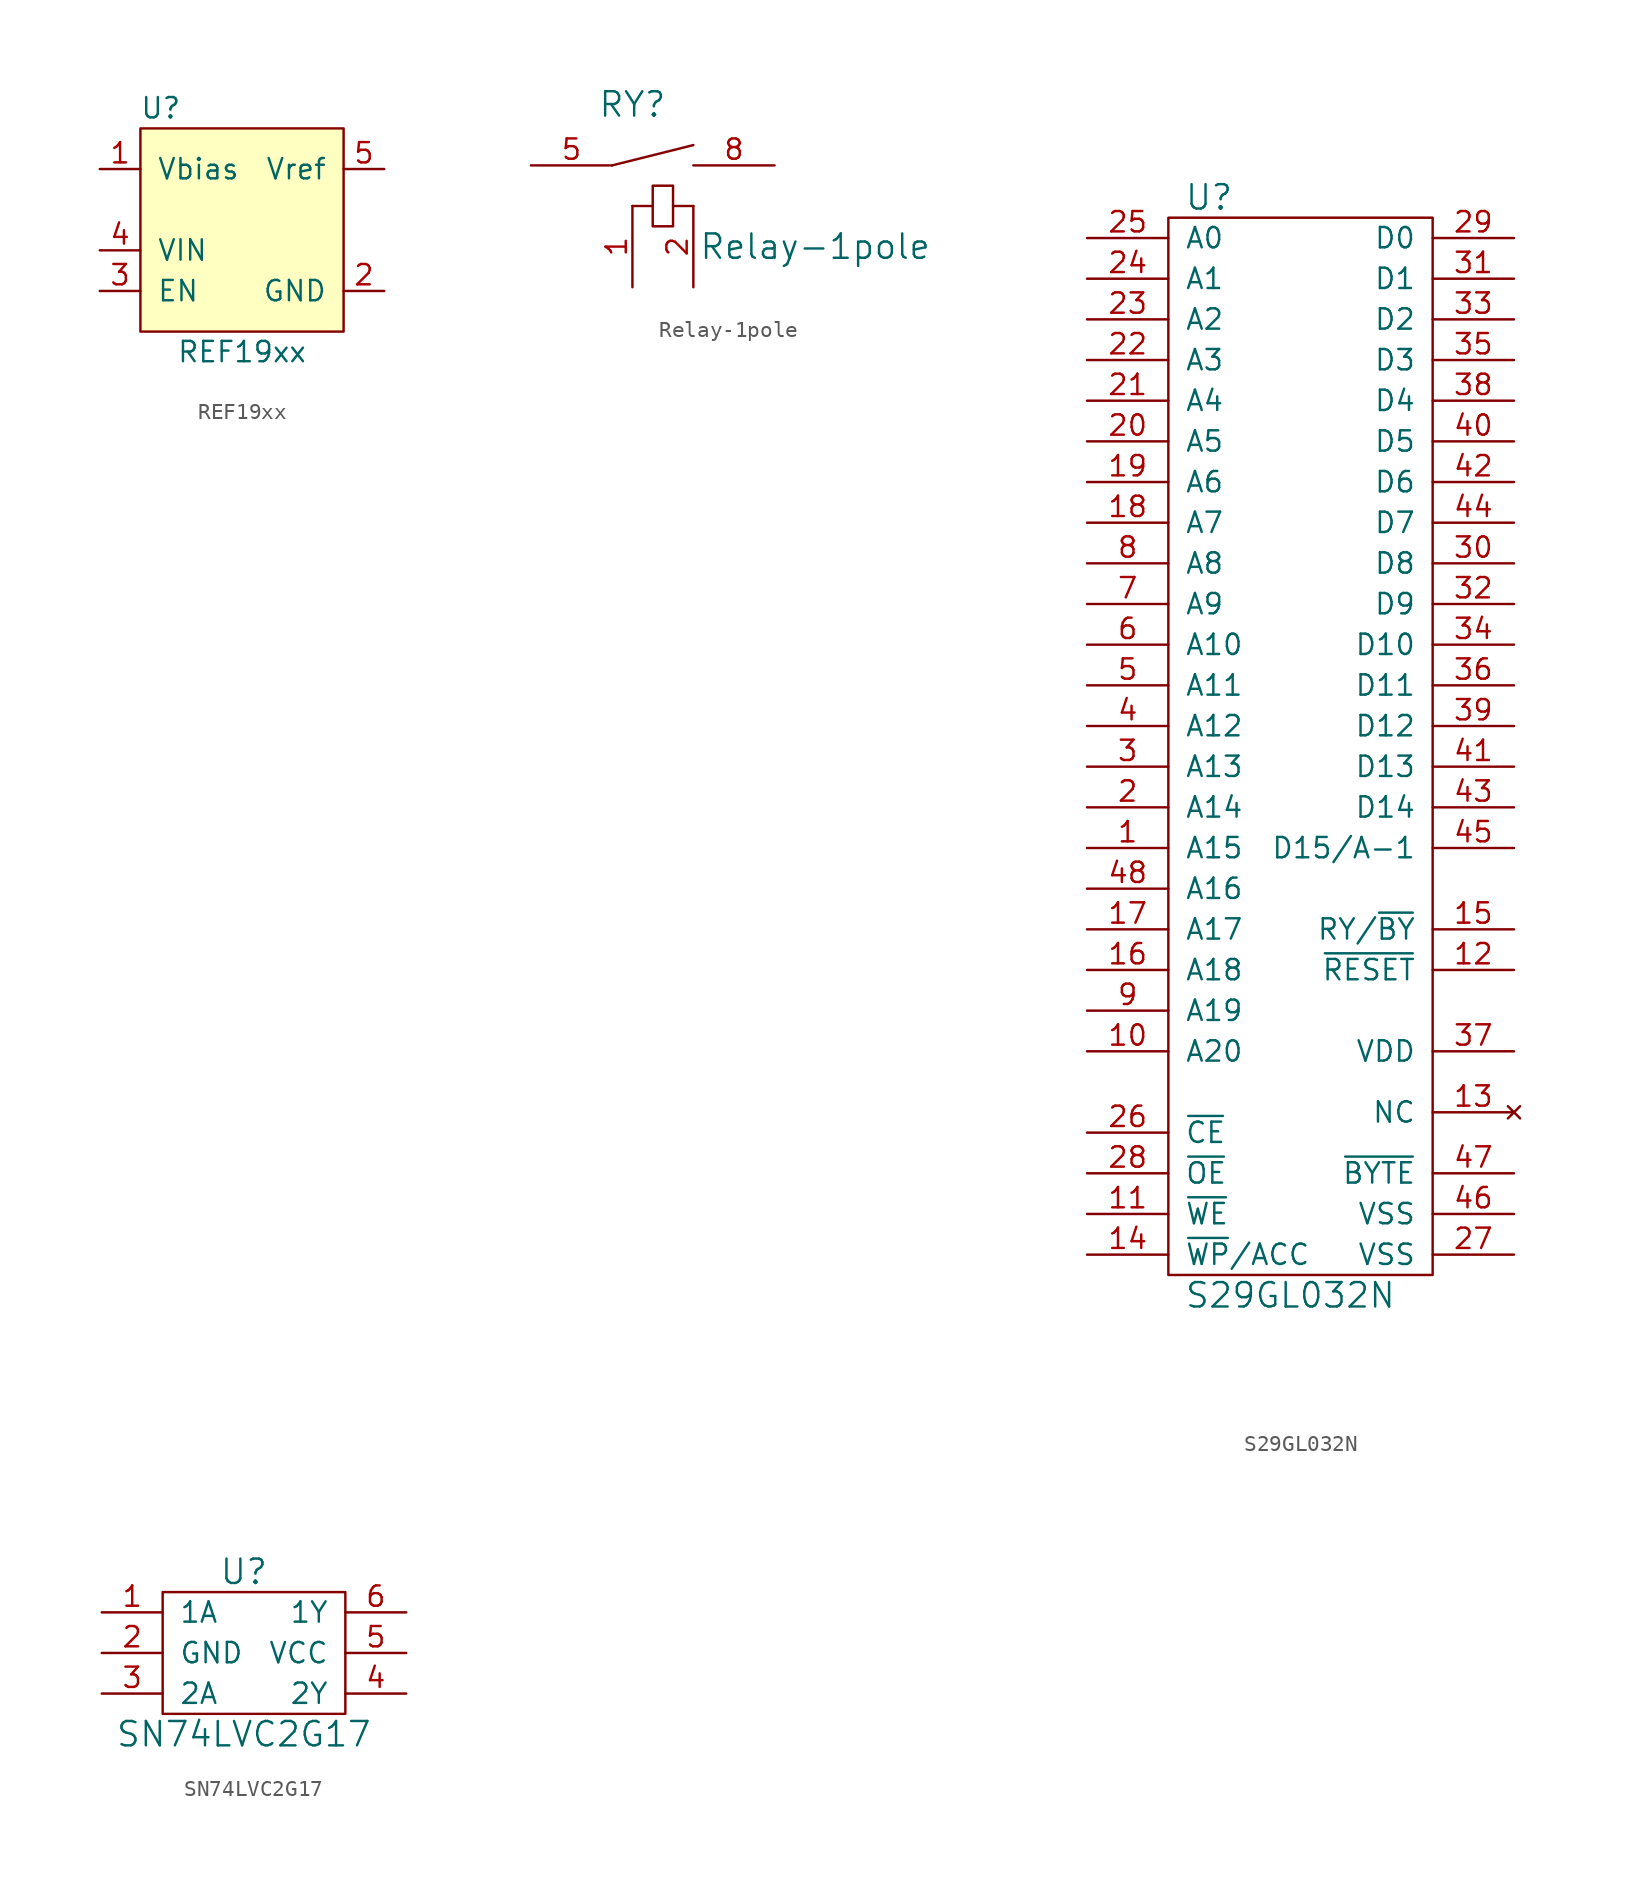
<source format=kicad_sym>
(kicad_symbol_lib
  (version 20211014)
  (generator kicad_symbol_editor)
  (symbol "REF19xx"
    (pin_names
      (offset 1.016))
    (property "Reference" "U"
      (at 1.27 1.27 0)
      (effects (font (size 1.27 1.27))))
    (property "Value" "REF19xx"
      (at 6.35 -13.97 0)
      (effects (font (size 1.27 1.27))))
    (symbol "REF19xx_0_1"
      (rectangle (start 0 0) (end 12.7 -12.7) (stroke (width 0) (type default) (color 0 0 0 0)) (fill (type background))))
    (symbol "REF19xx_1_1"
      (pin power_out line (at -2.54 -2.54 0) (length 2.54) (name "Vbias" (effects (font (size 1.27 1.27)))) (number "1" (effects (font (size 1.27 1.27)))))
      (pin power_out line (at 15.24 -10.16 180) (length 2.54) (name "GND" (effects (font (size 1.27 1.27)))) (number "2" (effects (font (size 1.27 1.27)))))
      (pin input line (at -2.54 -10.16 0) (length 2.54) (name "EN" (effects (font (size 1.27 1.27)))) (number "3" (effects (font (size 1.27 1.27)))))
      (pin power_in line (at -2.54 -7.62 0) (length 2.54) (name "VIN" (effects (font (size 1.27 1.27)))) (number "4" (effects (font (size 1.27 1.27)))))
      (pin power_out line (at 15.24 -2.54 180) (length 2.54) (name "Vref" (effects (font (size 1.27 1.27)))) (number "5" (effects (font (size 1.27 1.27)))))))
  (symbol "Relay-1pole"
    (pin_names
      (offset 1.016))
    (property "Reference" "RY"
      (at -1.27 6.35 0)
      (effects (font (size 1.524 1.524))))
    (property "Value" "Relay-1pole"
      (at 10.16 -2.54 0)
      (effects (font (size 1.524 1.524))))
    (symbol "Relay-1pole_0_1"
      (polyline (pts (xy -2.54 2.54) (xy 2.54 3.81)) (stroke (width 0) (type default) (color 0 0 0 0)) (fill (type none)))
      (polyline (pts (xy -1.27 0) (xy 0 0)) (stroke (width 0) (type default) (color 0 0 0 0)) (fill (type none)))
      (polyline (pts (xy 2.54 0) (xy 1.27 0)) (stroke (width 0) (type default) (color 0 0 0 0)) (fill (type none)))
      (rectangle (start 0 1.27) (end 1.27 -1.27) (stroke (width 0) (type default) (color 0 0 0 0)) (fill (type none))))
    (symbol "Relay-1pole_1_1"
      (pin passive line (at -1.27 -5.08 90) (length 5.08) (name "~" (effects (font (size 1.27 1.27)))) (number "1" (effects (font (size 1.27 1.27)))))
      (pin passive line (at 2.54 -5.08 90) (length 5.08) (name "~" (effects (font (size 1.27 1.27)))) (number "2" (effects (font (size 1.27 1.27)))))
      (pin passive line (at -7.62 2.54 0) (length 5.08) (name "~" (effects (font (size 1.27 1.27)))) (number "5" (effects (font (size 1.27 1.27)))))
      (pin passive line (at 7.62 2.54 180) (length 5.08) (name "~" (effects (font (size 1.27 1.27)))) (number "8" (effects (font (size 1.27 1.27)))))))
  (symbol "S29GL032N"
    (pin_names
      (offset 1.016))
    (property "Reference" "U"
      (at 7.62 2.54 0)
      (effects (font (size 1.524 1.524))))
    (property "Value" "S29GL032N"
      (at 12.7 -66.04 0)
      (effects (font (size 1.524 1.524))))
    (symbol "S29GL032N_0_1"
      (rectangle (start 5.08 1.27) (end 21.59 -64.77) (stroke (width 0) (type default) (color 0 0 0 0)) (fill (type none))))
    (symbol "S29GL032N_1_1"
      (pin input line (at 0 -38.1 0) (length 5.08) (name "A15" (effects (font (size 1.27 1.27)))) (number "1" (effects (font (size 1.27 1.27)))))
      (pin input line (at 0 -50.8 0) (length 5.08) (name "A20" (effects (font (size 1.27 1.27)))) (number "10" (effects (font (size 1.27 1.27)))))
      (pin input line (at 0 -60.96 0) (length 5.08) (name "~{WE}" (effects (font (size 1.27 1.27)))) (number "11" (effects (font (size 1.27 1.27)))))
      (pin input line (at 26.67 -45.72 180) (length 5.08) (name "~{RESET}" (effects (font (size 1.27 1.27)))) (number "12" (effects (font (size 1.27 1.27)))))
      (pin no_connect line (at 26.67 -54.61 180) (length 5.08) (name "NC" (effects (font (size 1.27 1.27)))) (number "13" (effects (font (size 1.27 1.27)))))
      (pin input line (at 0 -63.5 0) (length 5.08) (name "~{WP}/ACC" (effects (font (size 1.27 1.27)))) (number "14" (effects (font (size 1.27 1.27)))))
      (pin output line (at 26.67 -43.18 180) (length 5.08) (name "RY/~{BY}" (effects (font (size 1.27 1.27)))) (number "15" (effects (font (size 1.27 1.27)))))
      (pin input line (at 0 -45.72 0) (length 5.08) (name "A18" (effects (font (size 1.27 1.27)))) (number "16" (effects (font (size 1.27 1.27)))))
      (pin input line (at 0 -43.18 0) (length 5.08) (name "A17" (effects (font (size 1.27 1.27)))) (number "17" (effects (font (size 1.27 1.27)))))
      (pin input line (at 0 -17.78 0) (length 5.08) (name "A7" (effects (font (size 1.27 1.27)))) (number "18" (effects (font (size 1.27 1.27)))))
      (pin input line (at 0 -15.24 0) (length 5.08) (name "A6" (effects (font (size 1.27 1.27)))) (number "19" (effects (font (size 1.27 1.27)))))
      (pin input line (at 0 -35.56 0) (length 5.08) (name "A14" (effects (font (size 1.27 1.27)))) (number "2" (effects (font (size 1.27 1.27)))))
      (pin input line (at 0 -12.7 0) (length 5.08) (name "A5" (effects (font (size 1.27 1.27)))) (number "20" (effects (font (size 1.27 1.27)))))
      (pin input line (at 0 -10.16 0) (length 5.08) (name "A4" (effects (font (size 1.27 1.27)))) (number "21" (effects (font (size 1.27 1.27)))))
      (pin input line (at 0 -7.62 0) (length 5.08) (name "A3" (effects (font (size 1.27 1.27)))) (number "22" (effects (font (size 1.27 1.27)))))
      (pin input line (at 0 -5.08 0) (length 5.08) (name "A2" (effects (font (size 1.27 1.27)))) (number "23" (effects (font (size 1.27 1.27)))))
      (pin output line (at 0 -2.54 0) (length 5.08) (name "A1" (effects (font (size 1.27 1.27)))) (number "24" (effects (font (size 1.27 1.27)))))
      (pin input line (at 0 0 0) (length 5.08) (name "A0" (effects (font (size 1.27 1.27)))) (number "25" (effects (font (size 1.27 1.27)))))
      (pin input line (at 0 -55.88 0) (length 5.08) (name "~{CE}" (effects (font (size 1.27 1.27)))) (number "26" (effects (font (size 1.27 1.27)))))
      (pin power_out line (at 26.67 -63.5 180) (length 5.08) (name "VSS" (effects (font (size 1.27 1.27)))) (number "27" (effects (font (size 1.27 1.27)))))
      (pin input line (at 0 -58.42 0) (length 5.08) (name "~{OE}" (effects (font (size 1.27 1.27)))) (number "28" (effects (font (size 1.27 1.27)))))
      (pin bidirectional line (at 26.67 0 180) (length 5.08) (name "D0" (effects (font (size 1.27 1.27)))) (number "29" (effects (font (size 1.27 1.27)))))
      (pin input line (at 0 -33.02 0) (length 5.08) (name "A13" (effects (font (size 1.27 1.27)))) (number "3" (effects (font (size 1.27 1.27)))))
      (pin bidirectional line (at 26.67 -20.32 180) (length 5.08) (name "D8" (effects (font (size 1.27 1.27)))) (number "30" (effects (font (size 1.27 1.27)))))
      (pin bidirectional line (at 26.67 -2.54 180) (length 5.08) (name "D1" (effects (font (size 1.27 1.27)))) (number "31" (effects (font (size 1.27 1.27)))))
      (pin bidirectional line (at 26.67 -22.86 180) (length 5.08) (name "D9" (effects (font (size 1.27 1.27)))) (number "32" (effects (font (size 1.27 1.27)))))
      (pin bidirectional line (at 26.67 -5.08 180) (length 5.08) (name "D2" (effects (font (size 1.27 1.27)))) (number "33" (effects (font (size 1.27 1.27)))))
      (pin bidirectional line (at 26.67 -25.4 180) (length 5.08) (name "D10" (effects (font (size 1.27 1.27)))) (number "34" (effects (font (size 1.27 1.27)))))
      (pin bidirectional line (at 26.67 -7.62 180) (length 5.08) (name "D3" (effects (font (size 1.27 1.27)))) (number "35" (effects (font (size 1.27 1.27)))))
      (pin bidirectional line (at 26.67 -27.94 180) (length 5.08) (name "D11" (effects (font (size 1.27 1.27)))) (number "36" (effects (font (size 1.27 1.27)))))
      (pin power_in line (at 26.67 -50.8 180) (length 5.08) (name "VDD" (effects (font (size 1.27 1.27)))) (number "37" (effects (font (size 1.27 1.27)))))
      (pin bidirectional line (at 26.67 -10.16 180) (length 5.08) (name "D4" (effects (font (size 1.27 1.27)))) (number "38" (effects (font (size 1.27 1.27)))))
      (pin bidirectional line (at 26.67 -30.48 180) (length 5.08) (name "D12" (effects (font (size 1.27 1.27)))) (number "39" (effects (font (size 1.27 1.27)))))
      (pin input line (at 0 -30.48 0) (length 5.08) (name "A12" (effects (font (size 1.27 1.27)))) (number "4" (effects (font (size 1.27 1.27)))))
      (pin bidirectional line (at 26.67 -12.7 180) (length 5.08) (name "D5" (effects (font (size 1.27 1.27)))) (number "40" (effects (font (size 1.27 1.27)))))
      (pin bidirectional line (at 26.67 -33.02 180) (length 5.08) (name "D13" (effects (font (size 1.27 1.27)))) (number "41" (effects (font (size 1.27 1.27)))))
      (pin bidirectional line (at 26.67 -15.24 180) (length 5.08) (name "D6" (effects (font (size 1.27 1.27)))) (number "42" (effects (font (size 1.27 1.27)))))
      (pin bidirectional line (at 26.67 -35.56 180) (length 5.08) (name "D14" (effects (font (size 1.27 1.27)))) (number "43" (effects (font (size 1.27 1.27)))))
      (pin bidirectional line (at 26.67 -17.78 180) (length 5.08) (name "D7" (effects (font (size 1.27 1.27)))) (number "44" (effects (font (size 1.27 1.27)))))
      (pin bidirectional line (at 26.67 -38.1 180) (length 5.08) (name "D15/A-1" (effects (font (size 1.27 1.27)))) (number "45" (effects (font (size 1.27 1.27)))))
      (pin power_in line (at 26.67 -60.96 180) (length 5.08) (name "VSS" (effects (font (size 1.27 1.27)))) (number "46" (effects (font (size 1.27 1.27)))))
      (pin input line (at 26.67 -58.42 180) (length 5.08) (name "~{BYTE}" (effects (font (size 1.27 1.27)))) (number "47" (effects (font (size 1.27 1.27)))))
      (pin input line (at 0 -40.64 0) (length 5.08) (name "A16" (effects (font (size 1.27 1.27)))) (number "48" (effects (font (size 1.27 1.27)))))
      (pin input line (at 0 -27.94 0) (length 5.08) (name "A11" (effects (font (size 1.27 1.27)))) (number "5" (effects (font (size 1.27 1.27)))))
      (pin input line (at 0 -25.4 0) (length 5.08) (name "A10" (effects (font (size 1.27 1.27)))) (number "6" (effects (font (size 1.27 1.27)))))
      (pin input line (at 0 -22.86 0) (length 5.08) (name "A9" (effects (font (size 1.27 1.27)))) (number "7" (effects (font (size 1.27 1.27)))))
      (pin input line (at 0 -20.32 0) (length 5.08) (name "A8" (effects (font (size 1.27 1.27)))) (number "8" (effects (font (size 1.27 1.27)))))
      (pin input line (at 0 -48.26 0) (length 5.08) (name "A19" (effects (font (size 1.27 1.27)))) (number "9" (effects (font (size 1.27 1.27)))))))
  (symbol "SN74LVC2G17"
    (pin_names
      (offset 1.016))
    (property "Reference" "U"
      (at 0 7.62 0)
      (effects (font (size 1.524 1.524))))
    (property "Value" "SN74LVC2G17"
      (at 0 -2.54 0)
      (effects (font (size 1.524 1.524))))
    (symbol "SN74LVC2G17_0_1"
      (rectangle (start -5.08 6.35) (end 6.35 -1.27) (stroke (width 0) (type default) (color 0 0 0 0)) (fill (type none))))
    (symbol "SN74LVC2G17_1_1"
      (pin input line (at -8.89 5.08 0) (length 3.81) (name "1A" (effects (font (size 1.27 1.27)))) (number "1" (effects (font (size 1.27 1.27)))))
      (pin power_in line (at -8.89 2.54 0) (length 3.81) (name "GND" (effects (font (size 1.27 1.27)))) (number "2" (effects (font (size 1.27 1.27)))))
      (pin input line (at -8.89 0 0) (length 3.81) (name "2A" (effects (font (size 1.27 1.27)))) (number "3" (effects (font (size 1.27 1.27)))))
      (pin output line (at 10.16 0 180) (length 3.81) (name "2Y" (effects (font (size 1.27 1.27)))) (number "4" (effects (font (size 1.27 1.27)))))
      (pin power_in line (at 10.16 2.54 180) (length 3.81) (name "VCC" (effects (font (size 1.27 1.27)))) (number "5" (effects (font (size 1.27 1.27)))))
      (pin output line (at 10.16 5.08 180) (length 3.81) (name "1Y" (effects (font (size 1.27 1.27)))) (number "6" (effects (font (size 1.27 1.27))))))))
</source>
